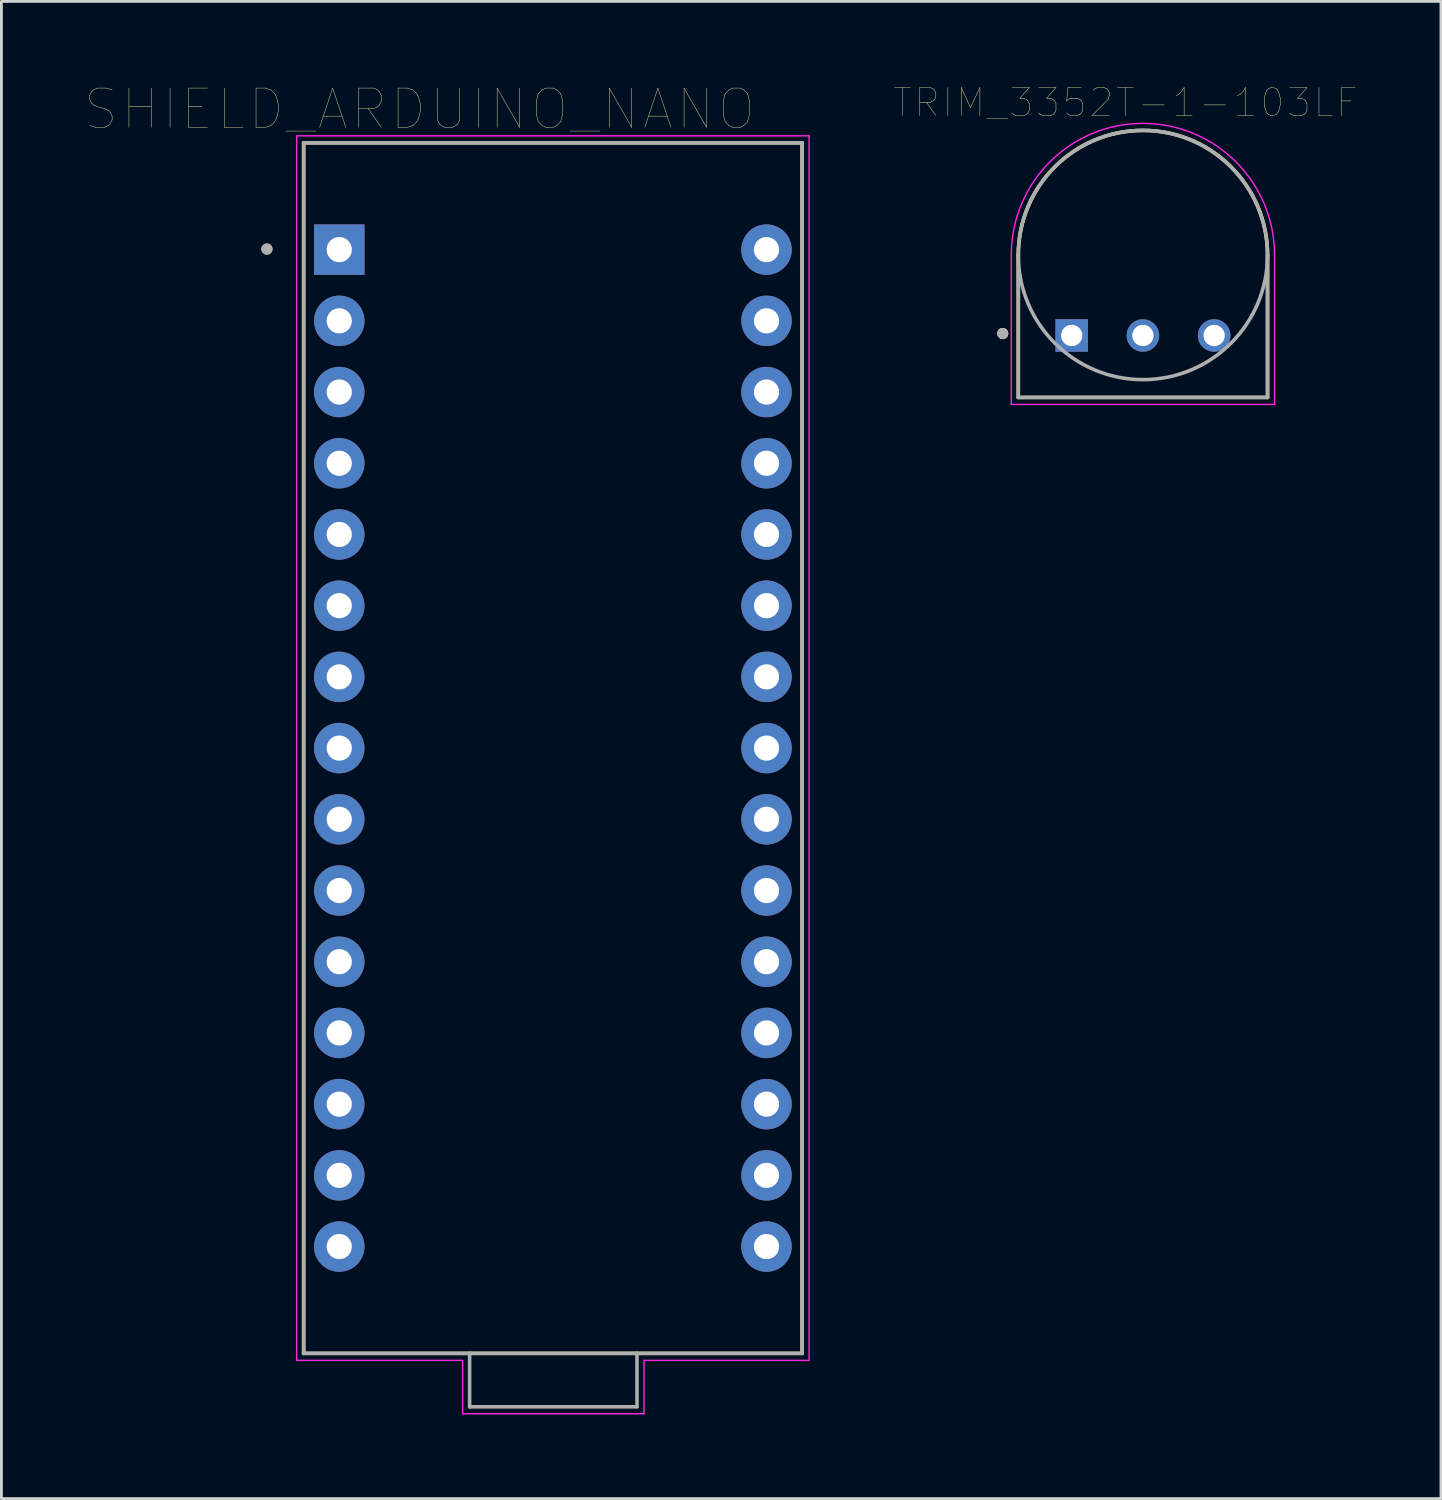
<source format=kicad_pcb>
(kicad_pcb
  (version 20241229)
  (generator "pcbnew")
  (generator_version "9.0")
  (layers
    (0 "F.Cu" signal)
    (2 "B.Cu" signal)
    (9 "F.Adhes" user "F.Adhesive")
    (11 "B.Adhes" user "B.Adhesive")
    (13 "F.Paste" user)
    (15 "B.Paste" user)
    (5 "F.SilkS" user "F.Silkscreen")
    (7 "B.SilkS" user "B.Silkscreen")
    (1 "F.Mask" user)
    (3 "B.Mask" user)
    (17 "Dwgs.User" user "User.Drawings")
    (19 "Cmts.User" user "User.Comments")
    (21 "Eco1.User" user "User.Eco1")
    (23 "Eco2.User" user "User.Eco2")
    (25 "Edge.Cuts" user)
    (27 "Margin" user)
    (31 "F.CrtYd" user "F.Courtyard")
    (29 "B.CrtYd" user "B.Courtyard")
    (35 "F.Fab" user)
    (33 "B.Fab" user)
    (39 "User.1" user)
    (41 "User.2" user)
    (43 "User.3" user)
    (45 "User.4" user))
  (footprint "SHIELD_ARDUINO_NANO"
    (layer "F.Cu")
    (at 16.671 23.634)
    (property "Reference" "SHIELD_ARDUINO_NANO" (at -4.755 -22.789 0) (layer "F.SilkS") (effects (font (size 1.4 1.4) (thickness 0.015))))
    (attr through_hole)
    (fp_line (start -8.89 -21.59) (end 8.89 -21.59) (stroke (width 0.127) (type solid)) (layer "F.SilkS"))
    (fp_line (start -8.89 21.59) (end -8.89 -21.59) (stroke (width 0.127) (type solid)) (layer "F.SilkS"))
    (fp_line (start 8.89 -21.59) (end 8.89 21.59) (stroke (width 0.127) (type solid)) (layer "F.SilkS"))
    (fp_line (start 8.89 21.59) (end -8.89 21.59) (stroke (width 0.127) (type solid)) (layer "F.SilkS"))
    (fp_circle (center -10.2 -17.8) (end -10.1 -17.8) (stroke (width 0.2) (type solid)) (fill no) (layer "F.SilkS"))
    (fp_line (start -9.14 -21.84) (end 9.14 -21.84) (stroke (width 0.05) (type solid)) (layer "F.CrtYd"))
    (fp_line (start -9.14 21.84) (end -9.14 -21.84) (stroke (width 0.05) (type solid)) (layer "F.CrtYd"))
    (fp_line (start -9.14 21.84) (end -3.22 21.84) (stroke (width 0.05) (type solid)) (layer "F.CrtYd"))
    (fp_line (start -3.22 21.84) (end -3.22 23.745) (stroke (width 0.05) (type solid)) (layer "F.CrtYd"))
    (fp_line (start -3.22 23.745) (end 3.25 23.745) (stroke (width 0.05) (type solid)) (layer "F.CrtYd"))
    (fp_line (start 3.25 21.84) (end 9.14 21.84) (stroke (width 0.05) (type solid)) (layer "F.CrtYd"))
    (fp_line (start 3.25 23.745) (end 3.25 21.84) (stroke (width 0.05) (type solid)) (layer "F.CrtYd"))
    (fp_line (start 9.14 -21.84) (end 9.14 21.84) (stroke (width 0.05) (type solid)) (layer "F.CrtYd"))
    (fp_line (start -8.89 -21.59) (end 8.89 -21.59) (stroke (width 0.127) (type solid)) (layer "F.Fab"))
    (fp_line (start -8.89 21.59) (end -8.89 -21.59) (stroke (width 0.127) (type solid)) (layer "F.Fab"))
    (fp_line (start -2.97 21.59) (end -8.89 21.59) (stroke (width 0.127) (type solid)) (layer "F.Fab"))
    (fp_line (start -2.97 21.59) (end -2.97 23.495) (stroke (width 0.127) (type solid)) (layer "F.Fab"))
    (fp_line (start -2.97 23.495) (end 3 23.495) (stroke (width 0.127) (type solid)) (layer "F.Fab"))
    (fp_line (start 3 21.59) (end -2.97 21.59) (stroke (width 0.127) (type solid)) (layer "F.Fab"))
    (fp_line (start 3 23.495) (end 3 21.59) (stroke (width 0.127) (type solid)) (layer "F.Fab"))
    (fp_line (start 8.89 -21.59) (end 8.89 21.59) (stroke (width 0.127) (type solid)) (layer "F.Fab"))
    (fp_line (start 8.89 21.59) (end 3 21.59) (stroke (width 0.127) (type solid)) (layer "F.Fab"))
    (fp_circle (center -10.2 -17.8) (end -10.1 -17.8) (stroke (width 0.2) (type solid)) (fill no) (layer "F.Fab"))
    (pad "1" thru_hole rect (at -7.62 -17.78) (size 1.8 1.8) (drill 0.9) (layers "*.Cu" "*.Mask"))
    (pad "2" thru_hole circle (at -7.62 -15.24) (size 1.8 1.8) (drill 0.9) (layers "*.Cu" "*.Mask"))
    (pad "3" thru_hole circle (at -7.62 -12.7) (size 1.8 1.8) (drill 0.9) (layers "*.Cu" "*.Mask"))
    (pad "4" thru_hole circle (at -7.62 -10.16) (size 1.8 1.8) (drill 0.9) (layers "*.Cu" "*.Mask"))
    (pad "5" thru_hole circle (at -7.62 -7.62) (size 1.8 1.8) (drill 0.9) (layers "*.Cu" "*.Mask"))
    (pad "6" thru_hole circle (at -7.62 -5.08) (size 1.8 1.8) (drill 0.9) (layers "*.Cu" "*.Mask"))
    (pad "7" thru_hole circle (at -7.62 -2.54) (size 1.8 1.8) (drill 0.9) (layers "*.Cu" "*.Mask"))
    (pad "8" thru_hole circle (at -7.62 0) (size 1.8 1.8) (drill 0.9) (layers "*.Cu" "*.Mask"))
    (pad "9" thru_hole circle (at -7.62 2.54) (size 1.8 1.8) (drill 0.9) (layers "*.Cu" "*.Mask"))
    (pad "10" thru_hole circle (at -7.62 5.08) (size 1.8 1.8) (drill 0.9) (layers "*.Cu" "*.Mask"))
    (pad "11" thru_hole circle (at -7.62 7.62) (size 1.8 1.8) (drill 0.9) (layers "*.Cu" "*.Mask"))
    (pad "12" thru_hole circle (at -7.62 10.16) (size 1.8 1.8) (drill 0.9) (layers "*.Cu" "*.Mask"))
    (pad "13" thru_hole circle (at -7.62 12.7) (size 1.8 1.8) (drill 0.9) (layers "*.Cu" "*.Mask"))
    (pad "14" thru_hole circle (at -7.62 15.24) (size 1.8 1.8) (drill 0.9) (layers "*.Cu" "*.Mask"))
    (pad "15" thru_hole circle (at -7.62 17.78) (size 1.8 1.8) (drill 0.9) (layers "*.Cu" "*.Mask"))
    (pad "16" thru_hole circle (at 7.62 17.78) (size 1.8 1.8) (drill 0.9) (layers "*.Cu" "*.Mask"))
    (pad "17" thru_hole circle (at 7.62 15.24) (size 1.8 1.8) (drill 0.9) (layers "*.Cu" "*.Mask"))
    (pad "18" thru_hole circle (at 7.62 12.7) (size 1.8 1.8) (drill 0.9) (layers "*.Cu" "*.Mask"))
    (pad "19" thru_hole circle (at 7.62 10.16) (size 1.8 1.8) (drill 0.9) (layers "*.Cu" "*.Mask"))
    (pad "20" thru_hole circle (at 7.62 7.62) (size 1.8 1.8) (drill 0.9) (layers "*.Cu" "*.Mask"))
    (pad "21" thru_hole circle (at 7.62 5.08) (size 1.8 1.8) (drill 0.9) (layers "*.Cu" "*.Mask"))
    (pad "22" thru_hole circle (at 7.62 2.54) (size 1.8 1.8) (drill 0.9) (layers "*.Cu" "*.Mask"))
    (pad "23" thru_hole circle (at 7.62 0) (size 1.8 1.8) (drill 0.9) (layers "*.Cu" "*.Mask"))
    (pad "24" thru_hole circle (at 7.62 -2.54) (size 1.8 1.8) (drill 0.9) (layers "*.Cu" "*.Mask"))
    (pad "25" thru_hole circle (at 7.62 -5.08) (size 1.8 1.8) (drill 0.9) (layers "*.Cu" "*.Mask"))
    (pad "26" thru_hole circle (at 7.62 -7.62) (size 1.8 1.8) (drill 0.9) (layers "*.Cu" "*.Mask"))
    (pad "27" thru_hole circle (at 7.62 -10.16) (size 1.8 1.8) (drill 0.9) (layers "*.Cu" "*.Mask"))
    (pad "28" thru_hole circle (at 7.62 -12.7) (size 1.8 1.8) (drill 0.9) (layers "*.Cu" "*.Mask"))
    (pad "29" thru_hole circle (at 7.62 -15.24) (size 1.8 1.8) (drill 0.9) (layers "*.Cu" "*.Mask"))
    (pad "30" thru_hole circle (at 7.62 -17.78) (size 1.8 1.8) (drill 0.9) (layers "*.Cu" "*.Mask")))
  (footprint "TRIM_3352T-1-103LF"
    (layer "F.Cu")
    (at 37.717 6.046)
    (property "Reference" "TRIM_3352T-1-103LF" (at -0.625 -5.435 0) (layer "F.SilkS") (effects (font (size 1 1) (thickness 0.015))))
    (attr through_hole)
    (fp_line (start -4.445 0) (end -4.445 5.08) (stroke (width 0.127) (type solid)) (layer "F.SilkS"))
    (fp_line (start -4.445 5.08) (end 4.445 5.08) (stroke (width 0.127) (type solid)) (layer "F.SilkS"))
    (fp_line (start 4.445 0) (end 4.445 5.08) (stroke (width 0.127) (type solid)) (layer "F.SilkS"))
    (fp_arc (start -4.445 0) (mid 0 -4.445) (end 4.445 0) (stroke (width 0.127) (type solid)) (layer "F.SilkS"))
    (fp_circle (center -5 2.8) (end -4.9 2.8) (stroke (width 0.2) (type solid)) (fill no) (layer "F.SilkS"))
    (fp_line (start -4.695 0) (end -4.695 5.33) (stroke (width 0.05) (type solid)) (layer "F.CrtYd"))
    (fp_line (start -4.695 5.33) (end 4.695 5.33) (stroke (width 0.05) (type solid)) (layer "F.CrtYd"))
    (fp_line (start 4.695 5.33) (end 4.695 0) (stroke (width 0.05) (type solid)) (layer "F.CrtYd"))
    (fp_arc (start -4.695 0) (mid 0 -4.695) (end 4.695 0) (stroke (width 0.05) (type solid)) (layer "F.CrtYd"))
    (fp_line (start -4.445 0) (end -4.445 5.08) (stroke (width 0.127) (type solid)) (layer "F.Fab"))
    (fp_line (start -4.445 5.08) (end 4.445 5.08) (stroke (width 0.127) (type solid)) (layer "F.Fab"))
    (fp_line (start 4.445 5.08) (end 4.445 0) (stroke (width 0.127) (type solid)) (layer "F.Fab"))
    (fp_circle (center -5 2.8) (end -4.9 2.8) (stroke (width 0.2) (type solid)) (fill no) (layer "F.Fab"))
    (fp_circle (center 0 0) (end 4.445 0) (stroke (width 0.127) (type solid)) (fill no) (layer "F.Fab"))
    (pad "1" thru_hole rect (at -2.54 2.87) (size 1.16 1.16) (drill 0.76) (layers "*.Cu" "*.Mask"))
    (pad "2" thru_hole circle (at 0 2.87) (size 1.16 1.16) (drill 0.76) (layers "*.Cu" "*.Mask"))
    (pad "3" thru_hole circle (at 2.54 2.87) (size 1.16 1.16) (drill 0.76) (layers "*.Cu" "*.Mask")))
  (gr_rect
    (start -3 -3)
    (end 48.348 50.404)
    (stroke (width 0.1) (type default))
    (fill no)
    (layer "Edge.Cuts")))
</source>
